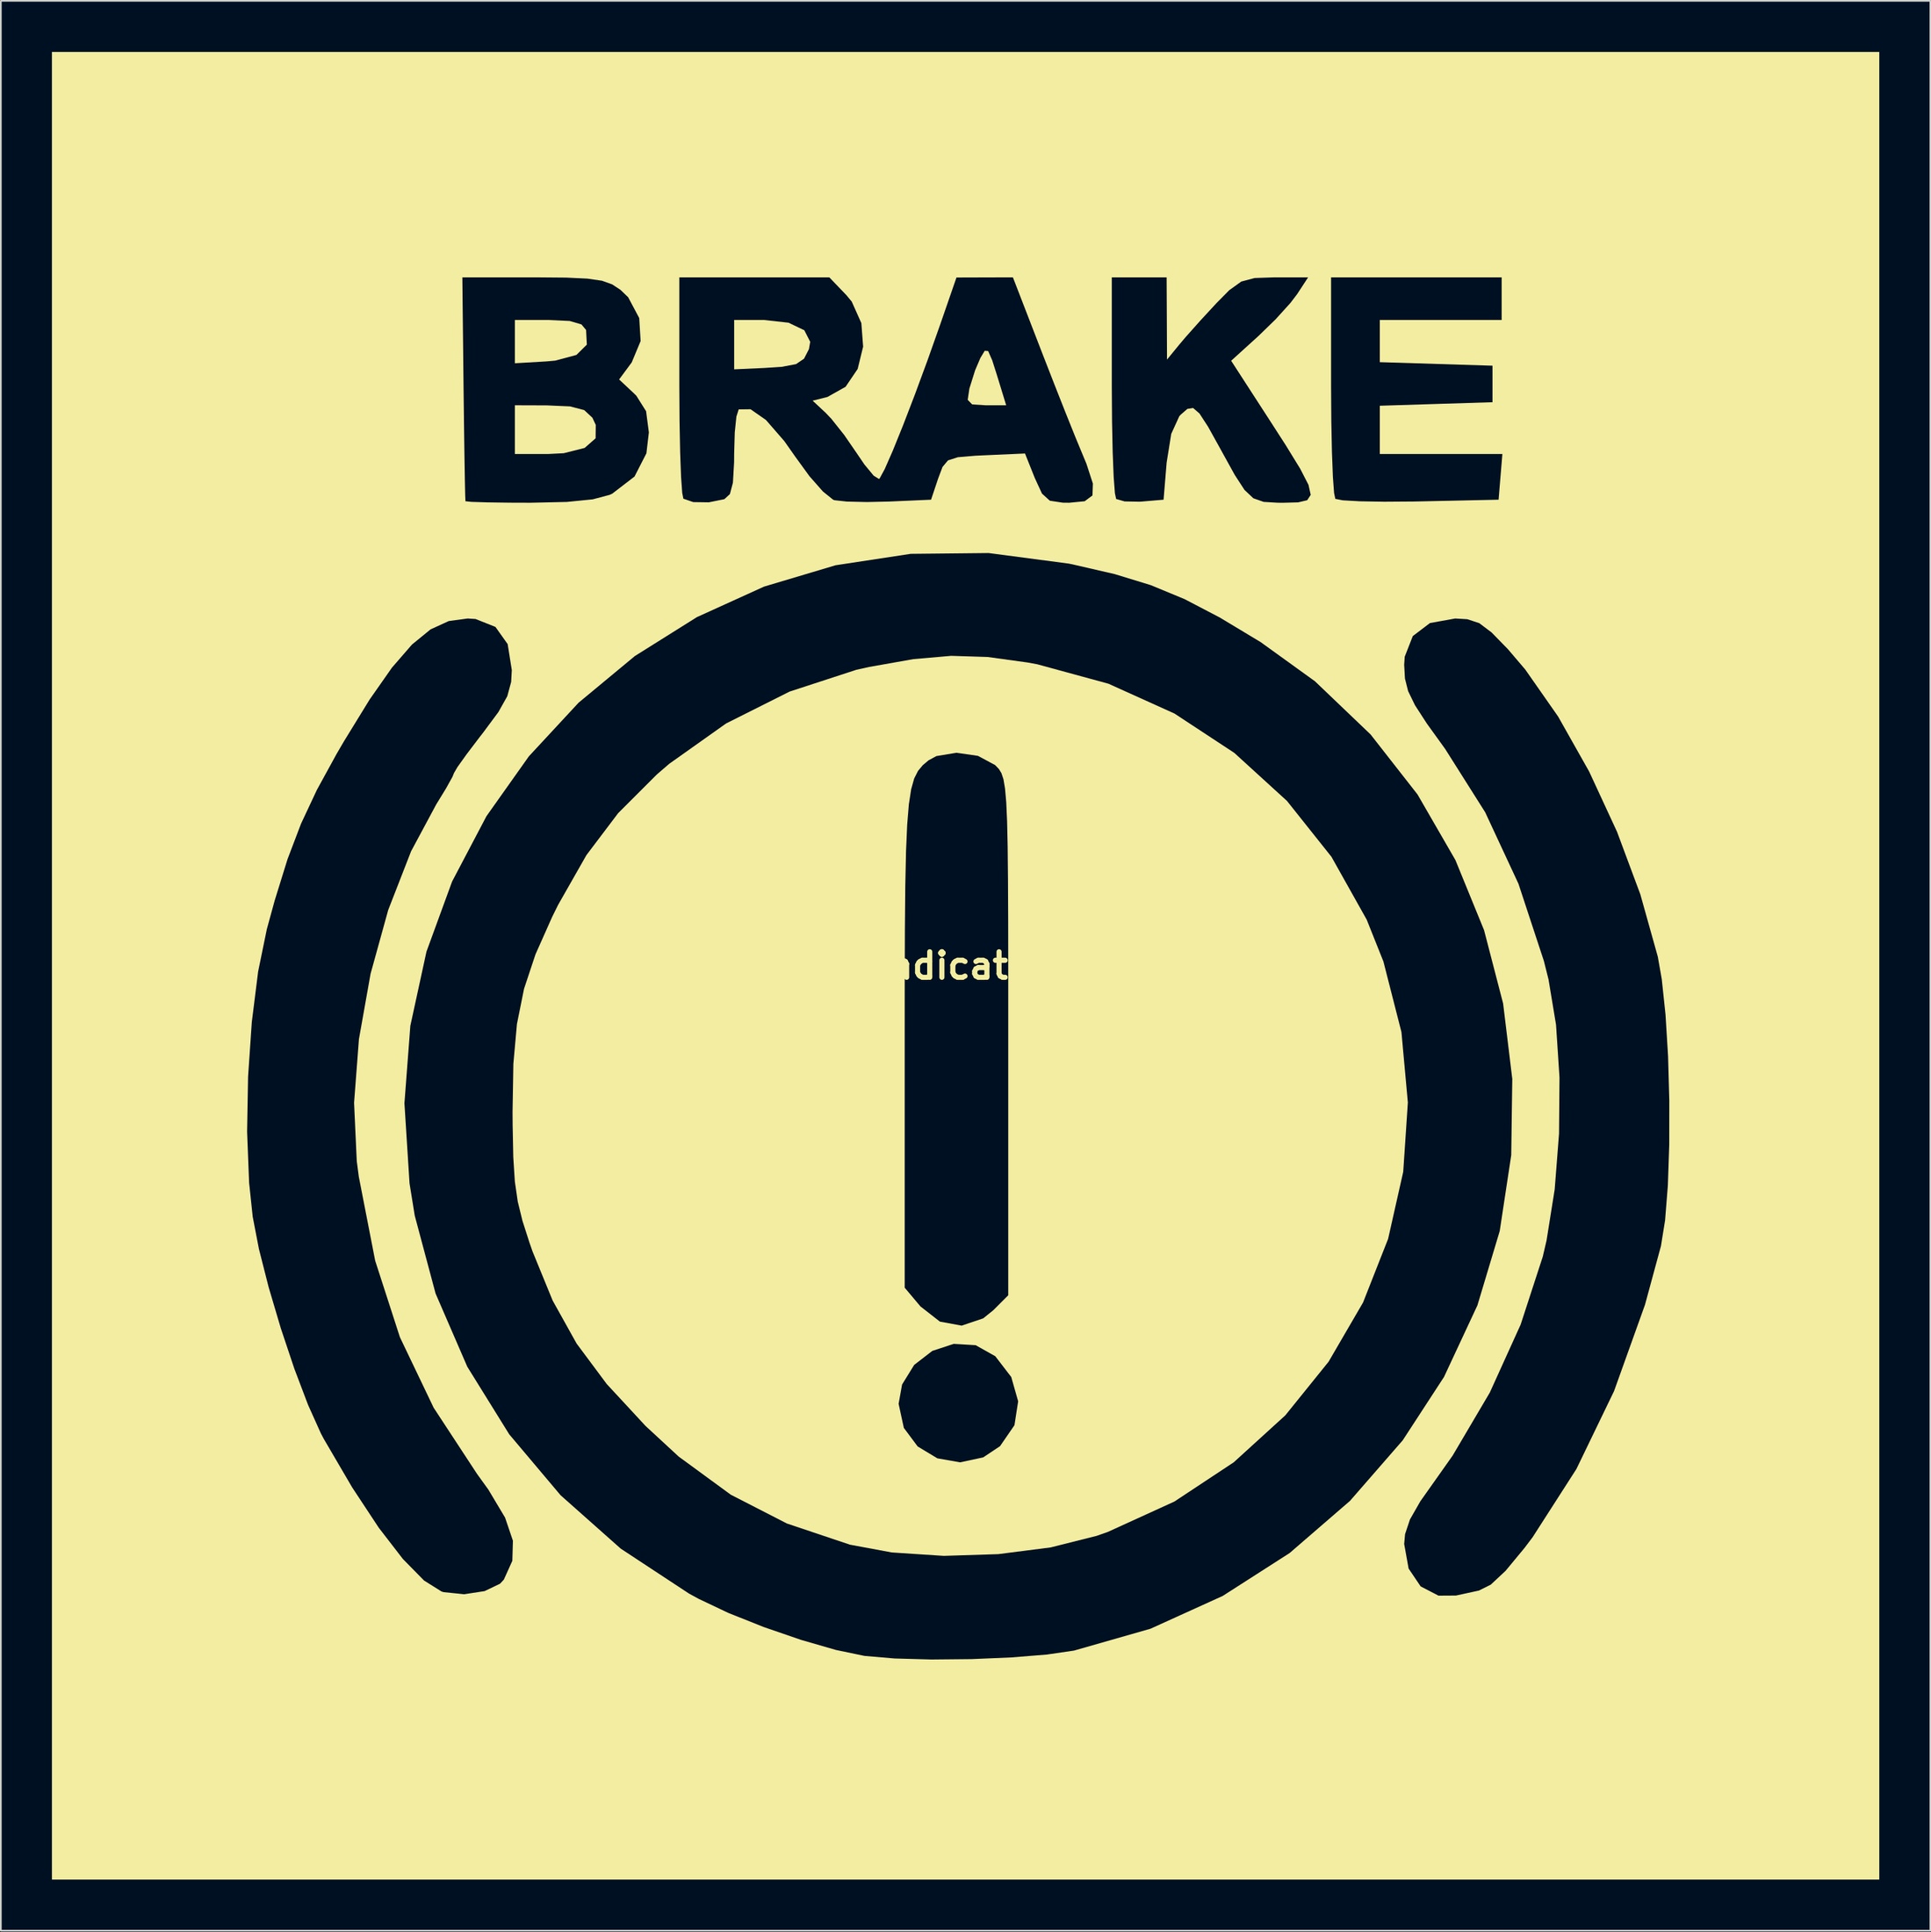
<source format=kicad_pcb>
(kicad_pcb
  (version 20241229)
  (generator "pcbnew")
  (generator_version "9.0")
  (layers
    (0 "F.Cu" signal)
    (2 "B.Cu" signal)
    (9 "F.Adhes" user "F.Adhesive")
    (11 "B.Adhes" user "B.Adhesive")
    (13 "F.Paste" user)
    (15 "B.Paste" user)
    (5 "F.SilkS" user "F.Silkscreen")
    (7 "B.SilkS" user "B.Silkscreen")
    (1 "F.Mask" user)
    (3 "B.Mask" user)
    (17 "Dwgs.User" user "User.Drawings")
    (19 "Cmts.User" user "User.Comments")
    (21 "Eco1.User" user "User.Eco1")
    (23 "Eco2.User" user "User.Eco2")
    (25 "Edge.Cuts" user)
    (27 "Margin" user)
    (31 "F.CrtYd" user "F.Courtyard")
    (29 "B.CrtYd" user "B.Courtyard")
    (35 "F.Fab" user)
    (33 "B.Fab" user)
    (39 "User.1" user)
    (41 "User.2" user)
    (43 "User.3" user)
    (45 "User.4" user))
  (footprint "turnindicator_left"
    (layer "F.Cu")
    (at 53.662 53.662)
    (property "Reference" "turnindicator_left" (at 0 0 0) (layer "F.SilkS") (effects (font (size 1.5 1.5) (thickness 0.3))))
    (attr board_only exclude_from_pos_files exclude_from_bom)
    (fp_poly (pts (xy -23.252 -37.863) (xy -22.562 -37.661) (xy -22.291 -37.336) (xy -22.246 -36.474) (xy -22.857 -35.869) (xy -24.105 -35.535) (xy -24.632 -35.488) (xy -26.473 -35.38) (xy -26.473 -36.65) (xy -26.473 -37.921) (xy -24.494 -37.921)) (stroke (width 0) (type solid)) (fill yes) (layer "F.SilkS"))
    (fp_poly (pts (xy 1.324 -36.097) (xy 1.563 -35.553) (xy 1.832 -34.709) (xy 2.383 -32.913) (xy 1.185 -32.913) (xy 0.385 -32.963) (xy 0.123 -33.232) (xy 0.222 -33.896) (xy 0.558 -34.966) (xy 0.869 -35.693) (xy 1.122 -36.113)) (stroke (width 0) (type solid)) (fill yes) (layer "F.SilkS"))
    (fp_poly (pts (xy -24.595 -32.907) (xy -23.231 -32.847) (xy -22.399 -32.628) (xy -21.919 -32.18) (xy -21.722 -31.76) (xy -21.731 -30.973) (xy -22.375 -30.408) (xy -23.599 -30.099) (xy -24.531 -30.051) (xy -26.473 -30.051) (xy -26.473 -31.482) (xy -26.473 -32.913)) (stroke (width 0) (type solid)) (fill yes) (layer "F.SilkS"))
    (fp_poly (pts (xy -10.401 -37.762) (xy -9.473 -37.318) (xy -9.127 -36.639) (xy -9.201 -36.211) (xy -9.489 -35.65) (xy -9.959 -35.33) (xy -10.803 -35.17) (xy -11.813 -35.105) (xy -13.594 -35.024) (xy -13.594 -36.472) (xy -13.594 -37.921) (xy -11.831 -37.921)) (stroke (width 0) (type solid)) (fill yes) (layer "F.SilkS"))
    (fp_poly (pts (xy 1.291 -18.132) (xy 3.639 -17.808) (xy 4.201 -17.705) (xy 8.386 -16.563) (xy 12.266 -14.811) (xy 15.782 -12.499) (xy 18.876 -9.677) (xy 21.487 -6.397) (xy 23.556 -2.709) (xy 24.539 -0.247) (xy 25.597 3.894) (xy 25.974 8.031) (xy 25.702 12.1) (xy 24.815 16.036) (xy 23.343 19.774) (xy 21.319 23.251) (xy 18.777 26.401) (xy 15.746 29.16) (xy 12.261 31.464) (xy 8.353 33.247) (xy 7.692 33.479) (xy 4.995 34.157) (xy 1.917 34.551) (xy -1.281 34.653) (xy -4.34 34.452) (xy -6.797 33.995) (xy -10.498 32.752) (xy -13.792 31.061) (xy -16.852 28.822) (xy -18.8 27.022) (xy -20.002 25.723) (xy -3.935 25.723) (xy -3.628 27.138) (xy -2.816 28.228) (xy -1.66 28.925) (xy -0.323 29.161) (xy 1.033 28.87) (xy 2.021 28.212) (xy 2.869 26.98) (xy 3.086 25.577) (xy 2.681 24.151) (xy 1.743 22.93) (xy 0.591 22.282) (xy -0.696 22.204) (xy -1.954 22.616) (xy -3.02 23.439) (xy -3.731 24.59) (xy -3.935 25.723) (xy -20.002 25.723) (xy -21.076 24.564) (xy -22.846 22.186) (xy -24.253 19.662) (xy -24.563 18.906) (xy -3.577 18.906) (xy -2.651 20.006) (xy -1.511 20.897) (xy -0.233 21.133) (xy 1.032 20.707) (xy 1.626 20.229) (xy 2.504 19.351) (xy 2.504 4.144) (xy 2.504 0.451) (xy 2.5 -2.593) (xy 2.489 -5.055) (xy 2.469 -7) (xy 2.436 -8.495) (xy 2.386 -9.607) (xy 2.316 -10.402) (xy 2.224 -10.947) (xy 2.105 -11.307) (xy 1.958 -11.549) (xy 1.777 -11.74) (xy 1.721 -11.792) (xy 0.724 -12.326) (xy -0.535 -12.508) (xy -1.716 -12.313) (xy -2.177 -12.063) (xy -2.516 -11.777) (xy -2.795 -11.443) (xy -3.021 -10.995) (xy -3.198 -10.363) (xy -3.333 -9.482) (xy -3.432 -8.282) (xy -3.5 -6.698) (xy -3.543 -4.661) (xy -3.566 -2.105) (xy -3.576 1.039) (xy -3.577 4.421) (xy -3.577 18.906) (xy -24.563 18.906) (xy -25.438 16.769) (xy -25.619 16.248) (xy -26.027 14.977) (xy -26.303 13.85) (xy -26.474 12.669) (xy -26.566 11.236) (xy -26.604 9.353) (xy -26.609 8.586) (xy -26.561 5.763) (xy -26.352 3.427) (xy -25.935 1.356) (xy -25.262 -0.669) (xy -24.282 -2.87) (xy -23.932 -3.577) (xy -22.268 -6.5) (xy -20.404 -8.965) (xy -18.136 -11.231) (xy -17.41 -11.857) (xy -14.069 -14.227) (xy -10.338 -16.1) (xy -6.422 -17.378) (xy -5.668 -17.546) (xy -3.072 -18.005) (xy -0.849 -18.199)) (stroke (width 0) (type solid)) (fill yes) (layer "F.SilkS"))
    (fp_poly (pts (xy 53.662 0) (xy 53.662 53.662) (xy 0 53.662) (xy -53.662 53.662) (xy -53.662 9.739) (xy -42.199 9.739) (xy -42.081 12.745) (xy -41.87 14.739) (xy -41.506 16.626) (xy -40.934 18.876) (xy -40.219 21.289) (xy -39.426 23.659) (xy -38.62 25.785) (xy -37.866 27.462) (xy -37.691 27.792) (xy -36.026 30.637) (xy -34.466 33.001) (xy -33.049 34.837) (xy -31.807 36.101) (xy -30.779 36.746) (xy -30.66 36.783) (xy -29.451 36.907) (xy -28.251 36.723) (xy -27.344 36.289) (xy -27.121 36.049) (xy -26.621 34.942) (xy -26.588 33.763) (xy -27.048 32.406) (xy -28.029 30.763) (xy -28.698 29.835) (xy -31.243 25.953) (xy -33.224 21.813) (xy -34.677 17.321) (xy -35.639 12.383) (xy -35.759 11.467) (xy -35.915 8.075) (xy -32.959 8.075) (xy -32.66 12.775) (xy -32.354 14.67) (xy -31.13 19.246) (xy -29.267 23.546) (xy -26.805 27.514) (xy -23.787 31.094) (xy -20.253 34.23) (xy -16.246 36.867) (xy -15.678 37.177) (xy -13.936 38.004) (xy -11.85 38.835) (xy -9.661 39.588) (xy -7.613 40.179) (xy -5.948 40.525) (xy -5.903 40.531) (xy -4.174 40.679) (xy -2.013 40.739) (xy 0.351 40.716) (xy 2.689 40.617) (xy 4.772 40.448) (xy 6.365 40.216) (xy 10.858 38.932) (xy 15.101 37.006) (xy 19.03 34.487) (xy 19.645 33.956) (xy 25.758 33.956) (xy 26.018 35.399) (xy 26.726 36.447) (xy 27.772 36.989) (xy 28.799 36.983) (xy 29.391 36.855) (xy 30.148 36.69) (xy 30.843 36.344) (xy 31.71 35.535) (xy 32.822 34.192) (xy 33.303 33.555) (xy 35.874 29.551) (xy 38.083 24.98) (xy 39.901 19.908) (xy 40.839 16.456) (xy 41.082 14.945) (xy 41.244 12.899) (xy 41.326 10.493) (xy 41.329 7.905) (xy 41.256 5.309) (xy 41.108 2.882) (xy 40.888 0.799) (xy 40.653 -0.537) (xy 39.628 -4.193) (xy 38.258 -7.869) (xy 36.622 -11.404) (xy 34.8 -14.633) (xy 32.87 -17.394) (xy 31.845 -18.597) (xy 30.888 -19.576) (xy 30.166 -20.12) (xy 29.465 -20.35) (xy 28.755 -20.392) (xy 27.272 -20.125) (xy 26.264 -19.36) (xy 25.789 -18.147) (xy 25.758 -17.671) (xy 25.803 -16.867) (xy 25.989 -16.129) (xy 26.392 -15.3) (xy 27.088 -14.225) (xy 28.153 -12.748) (xy 28.166 -12.73) (xy 30.515 -9.014) (xy 32.47 -4.814) (xy 33.962 -0.284) (xy 34.234 0.797) (xy 34.676 3.459) (xy 34.88 6.558) (xy 34.853 9.86) (xy 34.598 13.128) (xy 34.12 16.127) (xy 33.898 17.081) (xy 32.599 21.069) (xy 30.788 25.061) (xy 28.603 28.766) (xy 27.724 30.01) (xy 26.709 31.445) (xy 26.098 32.513) (xy 25.81 33.376) (xy 25.758 33.956) (xy 19.645 33.956) (xy 22.575 31.424) (xy 25.672 27.868) (xy 28.099 24.143) (xy 30.06 19.94) (xy 31.37 15.575) (xy 32.046 11.119) (xy 32.107 6.643) (xy 31.569 2.217) (xy 30.45 -2.09) (xy 28.768 -6.205) (xy 26.541 -10.06) (xy 23.785 -13.583) (xy 20.519 -16.704) (xy 17.329 -19.005) (xy 14.933 -20.447) (xy 12.859 -21.53) (xy 10.877 -22.35) (xy 8.756 -22.999) (xy 6.263 -23.574) (xy 6.061 -23.615) (xy 1.355 -24.236) (xy -3.226 -24.189) (xy -7.637 -23.518) (xy -11.837 -22.265) (xy -15.781 -20.473) (xy -19.427 -18.186) (xy -22.731 -15.447) (xy -25.65 -12.299) (xy -28.141 -8.784) (xy -30.16 -4.946) (xy -31.665 -0.829) (xy -32.612 3.526) (xy -32.959 8.075) (xy -35.915 8.075) (xy -35.916 8.042) (xy -35.631 4.31) (xy -34.948 0.472) (xy -33.912 -3.273) (xy -32.568 -6.723) (xy -31.091 -9.475) (xy -30.513 -10.419) (xy -30.135 -11.1) (xy -30.051 -11.312) (xy -29.845 -11.667) (xy -29.3 -12.429) (xy -28.526 -13.448) (xy -28.351 -13.671) (xy -27.439 -14.9) (xy -26.919 -15.826) (xy -26.691 -16.665) (xy -26.652 -17.36) (xy -26.896 -18.887) (xy -27.613 -19.897) (xy -28.78 -20.362) (xy -29.246 -20.392) (xy -30.354 -20.242) (xy -31.424 -19.753) (xy -32.516 -18.862) (xy -33.689 -17.51) (xy -35.002 -15.635) (xy -36.514 -13.175) (xy -36.944 -12.438) (xy -38.101 -10.327) (xy -39.031 -8.344) (xy -39.826 -6.256) (xy -40.579 -3.831) (xy -41.041 -2.146) (xy -41.552 0.344) (xy -41.923 3.308) (xy -42.142 6.516) (xy -42.199 9.739) (xy -53.662 9.739) (xy -53.662 0) (xy -53.662 -40.425) (xy -29.557 -40.425) (xy -29.486 -33.896) (xy -29.461 -31.817) (xy -29.435 -30.001) (xy -29.411 -28.563) (xy -29.39 -27.617) (xy -29.375 -27.278) (xy -29.025 -27.241) (xy -28.109 -27.212) (xy -26.776 -27.193) (xy -25.561 -27.189) (xy -23.422 -27.237) (xy -21.899 -27.389) (xy -20.902 -27.654) (xy -20.753 -27.723) (xy -19.446 -28.727) (xy -18.747 -30.093) (xy -18.603 -31.32) (xy -18.766 -32.564) (xy -19.338 -33.472) (xy -19.476 -33.609) (xy -20.35 -34.429) (xy -19.61 -35.43) (xy -19.087 -36.685) (xy -19.169 -38.035) (xy -19.82 -39.258) (xy -20.274 -39.694) (xy -20.762 -40.014) (xy -21.355 -40.226) (xy -22.204 -40.35) (xy -23.461 -40.41) (xy -25.275 -40.425) (xy -25.38 -40.425) (xy -16.814 -40.425) (xy -16.814 -34.046) (xy -16.801 -31.978) (xy -16.766 -30.162) (xy -16.712 -28.719) (xy -16.644 -27.766) (xy -16.576 -27.427) (xy -15.996 -27.227) (xy -15.083 -27.214) (xy -14.194 -27.393) (xy -14.16 -27.406) (xy -13.843 -27.699) (xy -13.666 -28.368) (xy -13.598 -29.559) (xy -13.594 -30.068) (xy -13.558 -31.315) (xy -13.462 -32.249) (xy -13.328 -32.669) (xy -13.326 -32.671) (xy -12.631 -32.68) (xy -11.726 -32.049) (xy -10.647 -30.808) (xy -10.005 -29.895) (xy -9.17 -28.746) (xy -8.38 -27.85) (xy -7.783 -27.369) (xy -7.697 -27.337) (xy -6.972 -27.258) (xy -5.795 -27.231) (xy -4.495 -27.26) (xy -2.029 -27.368) (xy -1.61 -28.62) (xy -1.356 -29.292) (xy -1.035 -29.676) (xy -0.455 -29.863) (xy 0.573 -29.95) (xy 1.148 -29.977) (xy 3.488 -30.081) (xy 4.066 -28.635) (xy 4.486 -27.726) (xy 4.947 -27.308) (xy 5.711 -27.193) (xy 6.079 -27.189) (xy 6.994 -27.278) (xy 7.45 -27.617) (xy 7.475 -28.314) (xy 7.097 -29.477) (xy 6.84 -30.095) (xy 6.45 -31.037) (xy 5.879 -32.458) (xy 5.204 -34.167) (xy 4.499 -35.975) (xy 4.473 -36.043) (xy 2.778 -40.425) (xy 8.586 -40.425) (xy 8.586 -34.046) (xy 8.6 -31.976) (xy 8.638 -30.158) (xy 8.695 -28.71) (xy 8.768 -27.753) (xy 8.841 -27.41) (xy 9.339 -27.267) (xy 10.221 -27.251) (xy 10.362 -27.261) (xy 11.627 -27.368) (xy 11.806 -29.54) (xy 12.076 -31.231) (xy 12.549 -32.268) (xy 12.634 -32.361) (xy 13.027 -32.701) (xy 13.362 -32.753) (xy 13.734 -32.432) (xy 14.24 -31.654) (xy 14.974 -30.331) (xy 15.029 -30.23) (xy 15.803 -28.83) (xy 16.379 -27.943) (xy 16.899 -27.452) (xy 17.503 -27.24) (xy 18.332 -27.19) (xy 18.688 -27.189) (xy 19.531 -27.212) (xy 20.063 -27.338) (xy 20.269 -27.653) (xy 20.137 -28.242) (xy 19.649 -29.19) (xy 18.793 -30.583) (xy 17.858 -32.034) (xy 15.596 -35.527) (xy 17.212 -36.993) (xy 18.213 -37.967) (xy 19.078 -38.923) (xy 19.473 -39.442) (xy 20.116 -40.425) (xy 21.465 -40.425) (xy 21.465 -34.046) (xy 21.478 -31.977) (xy 21.515 -30.16) (xy 21.571 -28.714) (xy 21.642 -27.758) (xy 21.713 -27.417) (xy 22.145 -27.332) (xy 23.15 -27.275) (xy 24.587 -27.25) (xy 26.312 -27.262) (xy 26.632 -27.268) (xy 31.303 -27.368) (xy 31.414 -28.709) (xy 31.525 -30.051) (xy 27.926 -30.051) (xy 24.327 -30.051) (xy 24.327 -31.468) (xy 24.327 -32.886) (xy 27.636 -32.989) (xy 30.945 -33.092) (xy 30.945 -34.165) (xy 30.945 -35.238) (xy 27.636 -35.341) (xy 24.327 -35.444) (xy 24.327 -36.682) (xy 24.327 -37.921) (xy 27.904 -37.921) (xy 31.482 -37.921) (xy 31.482 -39.173) (xy 31.482 -40.425) (xy 26.473 -40.425) (xy 21.465 -40.425) (xy 20.116 -40.425) (xy 18.14 -40.425) (xy 16.977 -40.386) (xy 16.191 -40.178) (xy 15.487 -39.673) (xy 14.728 -38.905) (xy 13.789 -37.889) (xy 12.939 -36.935) (xy 12.561 -36.49) (xy 11.829 -35.596) (xy 11.818 -38.011) (xy 11.806 -40.425) (xy 10.196 -40.425) (xy 8.586 -40.425) (xy 2.778 -40.425) (xy 1.121 -40.421) (xy -0.537 -40.416) (xy -1.495 -37.648) (xy -2.236 -35.557) (xy -2.976 -33.551) (xy -3.672 -31.741) (xy -4.279 -30.241) (xy -4.752 -29.164) (xy -5.046 -28.623) (xy -5.086 -28.585) (xy -5.4 -28.779) (xy -5.94 -29.432) (xy -6.386 -30.088) (xy -7.137 -31.178) (xy -7.883 -32.116) (xy -8.208 -32.459) (xy -8.984 -33.183) (xy -8.114 -33.401) (xy -7.05 -33.998) (xy -6.339 -35.047) (xy -6.019 -36.356) (xy -6.123 -37.737) (xy -6.687 -38.999) (xy -6.994 -39.371) (xy -8.004 -40.425) (xy -12.409 -40.425) (xy -16.814 -40.425) (xy -25.38 -40.425) (xy -29.557 -40.425) (xy -53.662 -40.425) (xy -53.662 -53.662) (xy 0 -53.662) (xy 53.662 -53.662)) (stroke (width 0) (type solid)) (fill yes) (layer "F.SilkS")))
  (gr_rect
    (start -3 -3)
    (end 110.324 110.324)
    (stroke (width 0.1) (type default))
    (fill no)
    (layer "Edge.Cuts")))
</source>
